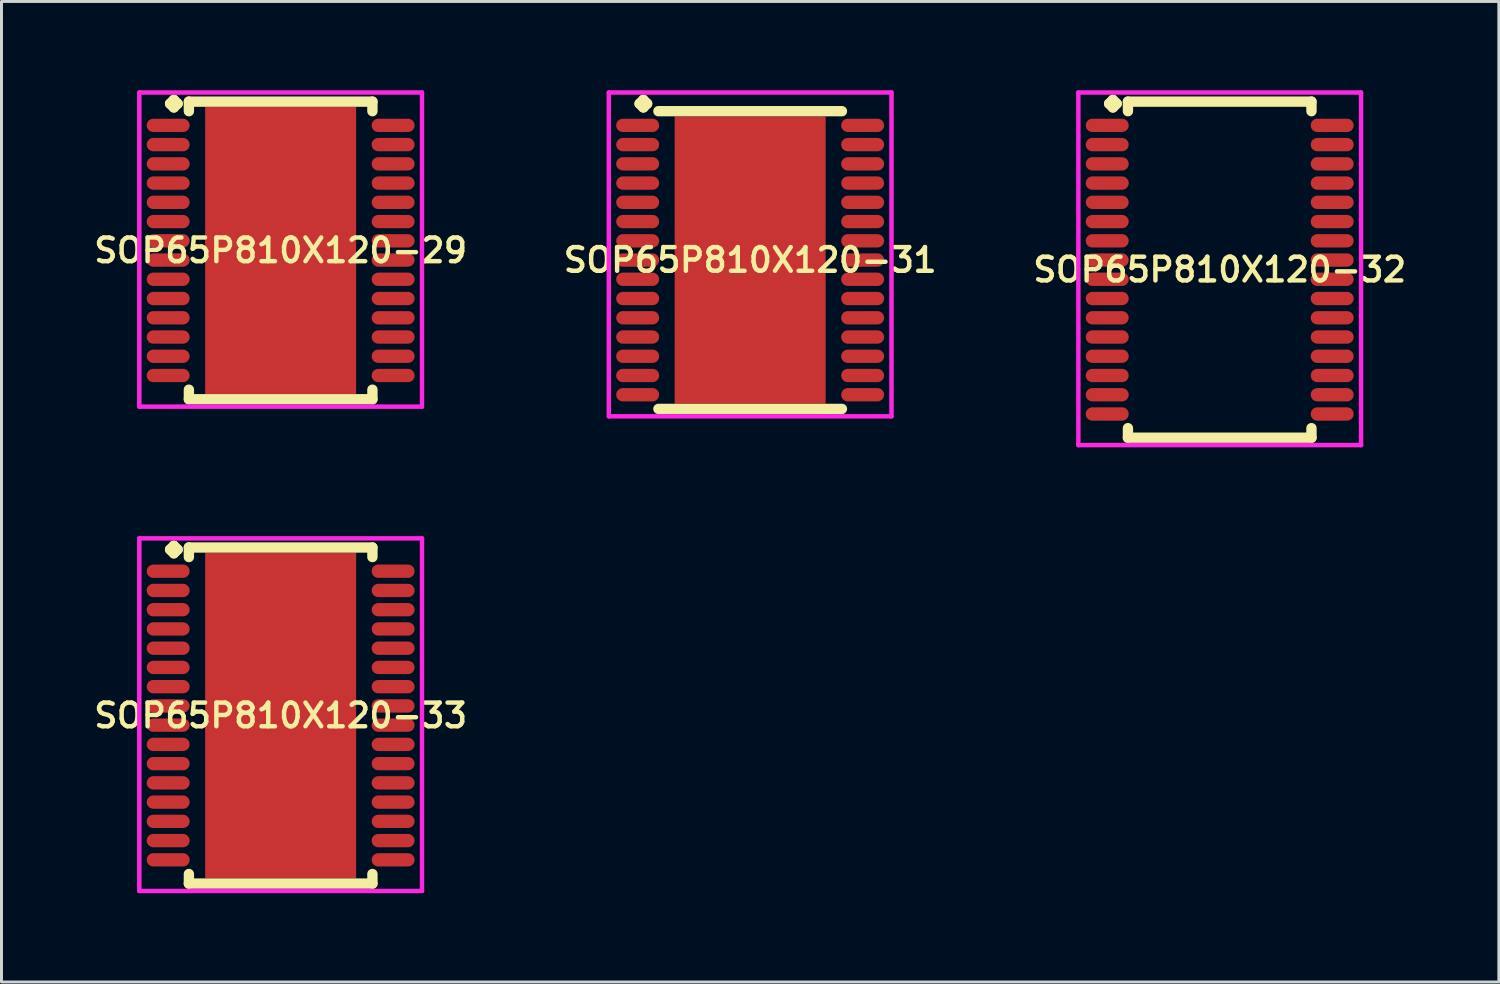
<source format=kicad_pcb>
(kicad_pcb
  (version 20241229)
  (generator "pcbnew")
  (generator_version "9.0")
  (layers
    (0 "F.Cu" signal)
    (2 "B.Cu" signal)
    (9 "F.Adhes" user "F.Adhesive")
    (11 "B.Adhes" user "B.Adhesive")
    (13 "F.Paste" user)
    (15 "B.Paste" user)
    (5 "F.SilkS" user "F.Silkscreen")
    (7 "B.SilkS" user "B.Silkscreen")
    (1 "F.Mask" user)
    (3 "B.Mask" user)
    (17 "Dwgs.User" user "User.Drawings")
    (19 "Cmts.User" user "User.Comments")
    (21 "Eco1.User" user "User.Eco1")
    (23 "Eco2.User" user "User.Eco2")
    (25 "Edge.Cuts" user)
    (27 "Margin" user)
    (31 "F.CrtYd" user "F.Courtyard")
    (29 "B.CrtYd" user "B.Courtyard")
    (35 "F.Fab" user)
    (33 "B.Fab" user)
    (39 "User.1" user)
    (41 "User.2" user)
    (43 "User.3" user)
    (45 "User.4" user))
  (footprint "SOP65P810X120-29"
    (layer "F.Cu")
    (at 6.431 5.41)
    (property "Reference" "SOP65P810X120-29" (at 0 0 0) (layer "F.SilkS") (effects (font (size 0.8 0.8) (thickness 0.15))))
    (attr smd)
    (fp_line (start -3.735 -4.958) (end -3.608 -5.085) (stroke (width 0.35) (type solid)) (layer "F.SilkS"))
    (fp_line (start -3.608 -5.085) (end -3.481 -4.958) (stroke (width 0.35) (type solid)) (layer "F.SilkS"))
    (fp_line (start -3.608 -4.831) (end -3.735 -4.958) (stroke (width 0.35) (type solid)) (layer "F.SilkS"))
    (fp_line (start -3.481 -4.958) (end -3.608 -4.831) (stroke (width 0.35) (type solid)) (layer "F.SilkS"))
    (fp_line (start -3.1 -5.027) (end 3.1 -5.027) (stroke (width 0.35) (type solid)) (layer "F.SilkS"))
    (fp_line (start -3.1 -4.704) (end -3.1 -5.027) (stroke (width 0.35) (type solid)) (layer "F.SilkS"))
    (fp_line (start -3.1 4.704) (end -3.1 5.027) (stroke (width 0.35) (type solid)) (layer "F.SilkS"))
    (fp_line (start -3.1 5.027) (end 3.1 5.027) (stroke (width 0.35) (type solid)) (layer "F.SilkS"))
    (fp_line (start 3.1 -5.027) (end 3.1 -4.704) (stroke (width 0.35) (type solid)) (layer "F.SilkS"))
    (fp_line (start 3.1 5.027) (end 3.1 4.704) (stroke (width 0.35) (type solid)) (layer "F.SilkS"))
    (fp_line (start -4.775 -5.335) (end 4.775 -5.335) (stroke (width 0.15) (type solid)) (layer "F.CrtYd"))
    (fp_line (start -4.775 5.277) (end -4.775 -5.335) (stroke (width 0.15) (type solid)) (layer "F.CrtYd"))
    (fp_line (start 4.775 -5.335) (end 4.775 5.277) (stroke (width 0.15) (type solid)) (layer "F.CrtYd"))
    (fp_line (start 4.775 5.277) (end -4.775 5.277) (stroke (width 0.15) (type solid)) (layer "F.CrtYd"))
    (pad "1" smd oval (at -3.8 -4.225) (size 1.45 0.45) (layers "F.Cu" "F.Mask" "F.Paste"))
    (pad "2" smd oval (at -3.8 -3.575) (size 1.45 0.45) (layers "F.Cu" "F.Mask" "F.Paste"))
    (pad "3" smd oval (at -3.8 -2.925) (size 1.45 0.45) (layers "F.Cu" "F.Mask" "F.Paste"))
    (pad "4" smd oval (at -3.8 -2.275) (size 1.45 0.45) (layers "F.Cu" "F.Mask" "F.Paste"))
    (pad "5" smd oval (at -3.8 -1.625) (size 1.45 0.45) (layers "F.Cu" "F.Mask" "F.Paste"))
    (pad "6" smd oval (at -3.8 -0.975) (size 1.45 0.45) (layers "F.Cu" "F.Mask" "F.Paste"))
    (pad "7" smd oval (at -3.8 -0.325) (size 1.45 0.45) (layers "F.Cu" "F.Mask" "F.Paste"))
    (pad "8" smd oval (at -3.8 0.325) (size 1.45 0.45) (layers "F.Cu" "F.Mask" "F.Paste"))
    (pad "9" smd oval (at -3.8 0.975) (size 1.45 0.45) (layers "F.Cu" "F.Mask" "F.Paste"))
    (pad "10" smd oval (at -3.8 1.625) (size 1.45 0.45) (layers "F.Cu" "F.Mask" "F.Paste"))
    (pad "11" smd oval (at -3.8 2.275) (size 1.45 0.45) (layers "F.Cu" "F.Mask" "F.Paste"))
    (pad "12" smd oval (at -3.8 2.925) (size 1.45 0.45) (layers "F.Cu" "F.Mask" "F.Paste"))
    (pad "13" smd oval (at -3.8 3.575) (size 1.45 0.45) (layers "F.Cu" "F.Mask" "F.Paste"))
    (pad "14" smd oval (at -3.8 4.225) (size 1.45 0.45) (layers "F.Cu" "F.Mask" "F.Paste"))
    (pad "15" smd oval (at 3.8 4.225) (size 1.45 0.45) (layers "F.Cu" "F.Mask" "F.Paste"))
    (pad "16" smd oval (at 3.8 3.575) (size 1.45 0.45) (layers "F.Cu" "F.Mask" "F.Paste"))
    (pad "17" smd oval (at 3.8 2.925) (size 1.45 0.45) (layers "F.Cu" "F.Mask" "F.Paste"))
    (pad "18" smd oval (at 3.8 2.275) (size 1.45 0.45) (layers "F.Cu" "F.Mask" "F.Paste"))
    (pad "19" smd oval (at 3.8 1.625) (size 1.45 0.45) (layers "F.Cu" "F.Mask" "F.Paste"))
    (pad "20" smd oval (at 3.8 0.975) (size 1.45 0.45) (layers "F.Cu" "F.Mask" "F.Paste"))
    (pad "21" smd oval (at 3.8 0.325) (size 1.45 0.45) (layers "F.Cu" "F.Mask" "F.Paste"))
    (pad "22" smd oval (at 3.8 -0.325) (size 1.45 0.45) (layers "F.Cu" "F.Mask" "F.Paste"))
    (pad "23" smd oval (at 3.8 -0.975) (size 1.45 0.45) (layers "F.Cu" "F.Mask" "F.Paste"))
    (pad "24" smd oval (at 3.8 -1.625) (size 1.45 0.45) (layers "F.Cu" "F.Mask" "F.Paste"))
    (pad "25" smd oval (at 3.8 -2.275) (size 1.45 0.45) (layers "F.Cu" "F.Mask" "F.Paste"))
    (pad "26" smd oval (at 3.8 -2.925) (size 1.45 0.45) (layers "F.Cu" "F.Mask" "F.Paste"))
    (pad "27" smd oval (at 3.8 -3.575) (size 1.45 0.45) (layers "F.Cu" "F.Mask" "F.Paste"))
    (pad "28" smd oval (at 3.8 -4.225) (size 1.45 0.45) (layers "F.Cu" "F.Mask" "F.Paste"))
    (pad "29" smd rect (at 0 0) (size 5.1 9.7) (layers "F.Cu" "F.Mask" "F.Paste")))
  (footprint "SOP65P810X120-32"
    (layer "F.Cu")
    (at 38.154 6.06)
    (property "Reference" "SOP65P810X120-32" (at 0 0 0) (layer "F.SilkS") (effects (font (size 0.8 0.8) (thickness 0.15))))
    (attr smd)
    (fp_line (start -3.735 -5.608) (end -3.608 -5.735) (stroke (width 0.35) (type solid)) (layer "F.SilkS"))
    (fp_line (start -3.608 -5.735) (end -3.481 -5.608) (stroke (width 0.35) (type solid)) (layer "F.SilkS"))
    (fp_line (start -3.608 -5.481) (end -3.735 -5.608) (stroke (width 0.35) (type solid)) (layer "F.SilkS"))
    (fp_line (start -3.481 -5.608) (end -3.608 -5.481) (stroke (width 0.35) (type solid)) (layer "F.SilkS"))
    (fp_line (start -3.1 -5.677) (end 3.1 -5.677) (stroke (width 0.35) (type solid)) (layer "F.SilkS"))
    (fp_line (start -3.1 -5.354) (end -3.1 -5.677) (stroke (width 0.35) (type solid)) (layer "F.SilkS"))
    (fp_line (start -3.1 5.354) (end -3.1 5.677) (stroke (width 0.35) (type solid)) (layer "F.SilkS"))
    (fp_line (start -3.1 5.677) (end 3.1 5.677) (stroke (width 0.35) (type solid)) (layer "F.SilkS"))
    (fp_line (start 3.1 -5.677) (end 3.1 -5.354) (stroke (width 0.35) (type solid)) (layer "F.SilkS"))
    (fp_line (start 3.1 5.677) (end 3.1 5.354) (stroke (width 0.35) (type solid)) (layer "F.SilkS"))
    (fp_line (start -4.775 -5.985) (end 4.775 -5.985) (stroke (width 0.15) (type solid)) (layer "F.CrtYd"))
    (fp_line (start -4.775 5.927) (end -4.775 -5.985) (stroke (width 0.15) (type solid)) (layer "F.CrtYd"))
    (fp_line (start 4.775 -5.985) (end 4.775 5.927) (stroke (width 0.15) (type solid)) (layer "F.CrtYd"))
    (fp_line (start 4.775 5.927) (end -4.775 5.927) (stroke (width 0.15) (type solid)) (layer "F.CrtYd"))
    (pad "1" smd oval (at -3.8 -4.875) (size 1.45 0.45) (layers "F.Cu" "F.Mask" "F.Paste"))
    (pad "2" smd oval (at -3.8 -4.225) (size 1.45 0.45) (layers "F.Cu" "F.Mask" "F.Paste"))
    (pad "3" smd oval (at -3.8 -3.575) (size 1.45 0.45) (layers "F.Cu" "F.Mask" "F.Paste"))
    (pad "4" smd oval (at -3.8 -2.925) (size 1.45 0.45) (layers "F.Cu" "F.Mask" "F.Paste"))
    (pad "5" smd oval (at -3.8 -2.275) (size 1.45 0.45) (layers "F.Cu" "F.Mask" "F.Paste"))
    (pad "6" smd oval (at -3.8 -1.625) (size 1.45 0.45) (layers "F.Cu" "F.Mask" "F.Paste"))
    (pad "7" smd oval (at -3.8 -0.975) (size 1.45 0.45) (layers "F.Cu" "F.Mask" "F.Paste"))
    (pad "8" smd oval (at -3.8 -0.325) (size 1.45 0.45) (layers "F.Cu" "F.Mask" "F.Paste"))
    (pad "9" smd oval (at -3.8 0.325) (size 1.45 0.45) (layers "F.Cu" "F.Mask" "F.Paste"))
    (pad "10" smd oval (at -3.8 0.975) (size 1.45 0.45) (layers "F.Cu" "F.Mask" "F.Paste"))
    (pad "11" smd oval (at -3.8 1.625) (size 1.45 0.45) (layers "F.Cu" "F.Mask" "F.Paste"))
    (pad "12" smd oval (at -3.8 2.275) (size 1.45 0.45) (layers "F.Cu" "F.Mask" "F.Paste"))
    (pad "13" smd oval (at -3.8 2.925) (size 1.45 0.45) (layers "F.Cu" "F.Mask" "F.Paste"))
    (pad "14" smd oval (at -3.8 3.575) (size 1.45 0.45) (layers "F.Cu" "F.Mask" "F.Paste"))
    (pad "15" smd oval (at -3.8 4.225) (size 1.45 0.45) (layers "F.Cu" "F.Mask" "F.Paste"))
    (pad "16" smd oval (at -3.8 4.875) (size 1.45 0.45) (layers "F.Cu" "F.Mask" "F.Paste"))
    (pad "17" smd oval (at 3.8 4.875) (size 1.45 0.45) (layers "F.Cu" "F.Mask" "F.Paste"))
    (pad "18" smd oval (at 3.8 4.225) (size 1.45 0.45) (layers "F.Cu" "F.Mask" "F.Paste"))
    (pad "19" smd oval (at 3.8 3.575) (size 1.45 0.45) (layers "F.Cu" "F.Mask" "F.Paste"))
    (pad "20" smd oval (at 3.8 2.925) (size 1.45 0.45) (layers "F.Cu" "F.Mask" "F.Paste"))
    (pad "21" smd oval (at 3.8 2.275) (size 1.45 0.45) (layers "F.Cu" "F.Mask" "F.Paste"))
    (pad "22" smd oval (at 3.8 1.625) (size 1.45 0.45) (layers "F.Cu" "F.Mask" "F.Paste"))
    (pad "23" smd oval (at 3.8 0.975) (size 1.45 0.45) (layers "F.Cu" "F.Mask" "F.Paste"))
    (pad "24" smd oval (at 3.8 0.325) (size 1.45 0.45) (layers "F.Cu" "F.Mask" "F.Paste"))
    (pad "25" smd oval (at 3.8 -0.325) (size 1.45 0.45) (layers "F.Cu" "F.Mask" "F.Paste"))
    (pad "26" smd oval (at 3.8 -0.975) (size 1.45 0.45) (layers "F.Cu" "F.Mask" "F.Paste"))
    (pad "27" smd oval (at 3.8 -1.625) (size 1.45 0.45) (layers "F.Cu" "F.Mask" "F.Paste"))
    (pad "28" smd oval (at 3.8 -2.275) (size 1.45 0.45) (layers "F.Cu" "F.Mask" "F.Paste"))
    (pad "29" smd oval (at 3.8 -2.925) (size 1.45 0.45) (layers "F.Cu" "F.Mask" "F.Paste"))
    (pad "30" smd oval (at 3.8 -3.575) (size 1.45 0.45) (layers "F.Cu" "F.Mask" "F.Paste"))
    (pad "31" smd oval (at 3.8 -4.225) (size 1.45 0.45) (layers "F.Cu" "F.Mask" "F.Paste"))
    (pad "32" smd oval (at 3.8 -4.875) (size 1.45 0.45) (layers "F.Cu" "F.Mask" "F.Paste")))
  (footprint "SOP65P810X120-33"
    (layer "F.Cu")
    (at 6.431 21.122)
    (property "Reference" "SOP65P810X120-33" (at 0 0 0) (layer "F.SilkS") (effects (font (size 0.8 0.8) (thickness 0.15))))
    (attr smd)
    (fp_line (start -3.735 -5.608) (end -3.608 -5.735) (stroke (width 0.35) (type solid)) (layer "F.SilkS"))
    (fp_line (start -3.608 -5.735) (end -3.481 -5.608) (stroke (width 0.35) (type solid)) (layer "F.SilkS"))
    (fp_line (start -3.608 -5.481) (end -3.735 -5.608) (stroke (width 0.35) (type solid)) (layer "F.SilkS"))
    (fp_line (start -3.481 -5.608) (end -3.608 -5.481) (stroke (width 0.35) (type solid)) (layer "F.SilkS"))
    (fp_line (start -3.1 -5.677) (end 3.1 -5.677) (stroke (width 0.35) (type solid)) (layer "F.SilkS"))
    (fp_line (start -3.1 -5.354) (end -3.1 -5.677) (stroke (width 0.35) (type solid)) (layer "F.SilkS"))
    (fp_line (start -3.1 5.354) (end -3.1 5.677) (stroke (width 0.35) (type solid)) (layer "F.SilkS"))
    (fp_line (start -3.1 5.677) (end 3.1 5.677) (stroke (width 0.35) (type solid)) (layer "F.SilkS"))
    (fp_line (start 3.1 -5.677) (end 3.1 -5.354) (stroke (width 0.35) (type solid)) (layer "F.SilkS"))
    (fp_line (start 3.1 5.677) (end 3.1 5.354) (stroke (width 0.35) (type solid)) (layer "F.SilkS"))
    (fp_line (start -4.775 -5.985) (end 4.775 -5.985) (stroke (width 0.15) (type solid)) (layer "F.CrtYd"))
    (fp_line (start -4.775 5.927) (end -4.775 -5.985) (stroke (width 0.15) (type solid)) (layer "F.CrtYd"))
    (fp_line (start 4.775 -5.985) (end 4.775 5.927) (stroke (width 0.15) (type solid)) (layer "F.CrtYd"))
    (fp_line (start 4.775 5.927) (end -4.775 5.927) (stroke (width 0.15) (type solid)) (layer "F.CrtYd"))
    (pad "1" smd oval (at -3.8 -4.875) (size 1.45 0.45) (layers "F.Cu" "F.Mask" "F.Paste"))
    (pad "2" smd oval (at -3.8 -4.225) (size 1.45 0.45) (layers "F.Cu" "F.Mask" "F.Paste"))
    (pad "3" smd oval (at -3.8 -3.575) (size 1.45 0.45) (layers "F.Cu" "F.Mask" "F.Paste"))
    (pad "4" smd oval (at -3.8 -2.925) (size 1.45 0.45) (layers "F.Cu" "F.Mask" "F.Paste"))
    (pad "5" smd oval (at -3.8 -2.275) (size 1.45 0.45) (layers "F.Cu" "F.Mask" "F.Paste"))
    (pad "6" smd oval (at -3.8 -1.625) (size 1.45 0.45) (layers "F.Cu" "F.Mask" "F.Paste"))
    (pad "7" smd oval (at -3.8 -0.975) (size 1.45 0.45) (layers "F.Cu" "F.Mask" "F.Paste"))
    (pad "8" smd oval (at -3.8 -0.325) (size 1.45 0.45) (layers "F.Cu" "F.Mask" "F.Paste"))
    (pad "9" smd oval (at -3.8 0.325) (size 1.45 0.45) (layers "F.Cu" "F.Mask" "F.Paste"))
    (pad "10" smd oval (at -3.8 0.975) (size 1.45 0.45) (layers "F.Cu" "F.Mask" "F.Paste"))
    (pad "11" smd oval (at -3.8 1.625) (size 1.45 0.45) (layers "F.Cu" "F.Mask" "F.Paste"))
    (pad "12" smd oval (at -3.8 2.275) (size 1.45 0.45) (layers "F.Cu" "F.Mask" "F.Paste"))
    (pad "13" smd oval (at -3.8 2.925) (size 1.45 0.45) (layers "F.Cu" "F.Mask" "F.Paste"))
    (pad "14" smd oval (at -3.8 3.575) (size 1.45 0.45) (layers "F.Cu" "F.Mask" "F.Paste"))
    (pad "15" smd oval (at -3.8 4.225) (size 1.45 0.45) (layers "F.Cu" "F.Mask" "F.Paste"))
    (pad "16" smd oval (at -3.8 4.875) (size 1.45 0.45) (layers "F.Cu" "F.Mask" "F.Paste"))
    (pad "17" smd oval (at 3.8 4.875) (size 1.45 0.45) (layers "F.Cu" "F.Mask" "F.Paste"))
    (pad "18" smd oval (at 3.8 4.225) (size 1.45 0.45) (layers "F.Cu" "F.Mask" "F.Paste"))
    (pad "19" smd oval (at 3.8 3.575) (size 1.45 0.45) (layers "F.Cu" "F.Mask" "F.Paste"))
    (pad "20" smd oval (at 3.8 2.925) (size 1.45 0.45) (layers "F.Cu" "F.Mask" "F.Paste"))
    (pad "21" smd oval (at 3.8 2.275) (size 1.45 0.45) (layers "F.Cu" "F.Mask" "F.Paste"))
    (pad "22" smd oval (at 3.8 1.625) (size 1.45 0.45) (layers "F.Cu" "F.Mask" "F.Paste"))
    (pad "23" smd oval (at 3.8 0.975) (size 1.45 0.45) (layers "F.Cu" "F.Mask" "F.Paste"))
    (pad "24" smd oval (at 3.8 0.325) (size 1.45 0.45) (layers "F.Cu" "F.Mask" "F.Paste"))
    (pad "25" smd oval (at 3.8 -0.325) (size 1.45 0.45) (layers "F.Cu" "F.Mask" "F.Paste"))
    (pad "26" smd oval (at 3.8 -0.975) (size 1.45 0.45) (layers "F.Cu" "F.Mask" "F.Paste"))
    (pad "27" smd oval (at 3.8 -1.625) (size 1.45 0.45) (layers "F.Cu" "F.Mask" "F.Paste"))
    (pad "28" smd oval (at 3.8 -2.275) (size 1.45 0.45) (layers "F.Cu" "F.Mask" "F.Paste"))
    (pad "29" smd oval (at 3.8 -2.925) (size 1.45 0.45) (layers "F.Cu" "F.Mask" "F.Paste"))
    (pad "30" smd oval (at 3.8 -3.575) (size 1.45 0.45) (layers "F.Cu" "F.Mask" "F.Paste"))
    (pad "31" smd oval (at 3.8 -4.225) (size 1.45 0.45) (layers "F.Cu" "F.Mask" "F.Paste"))
    (pad "32" smd oval (at 3.8 -4.875) (size 1.45 0.45) (layers "F.Cu" "F.Mask" "F.Paste"))
    (pad "33" smd rect (at 0 0) (size 5.1 11) (layers "F.Cu" "F.Mask" "F.Paste")))
  (footprint "SOP65P810X120-31"
    (layer "F.Cu")
    (at 22.292 5.735)
    (property "Reference" "SOP65P810X120-31" (at 0 0 0) (layer "F.SilkS") (effects (font (size 0.8 0.8) (thickness 0.15))))
    (attr smd)
    (fp_line (start -3.735 -5.283) (end -3.608 -5.41) (stroke (width 0.35) (type solid)) (layer "F.SilkS"))
    (fp_line (start -3.608 -5.41) (end -3.481 -5.283) (stroke (width 0.35) (type solid)) (layer "F.SilkS"))
    (fp_line (start -3.608 -5.156) (end -3.735 -5.283) (stroke (width 0.35) (type solid)) (layer "F.SilkS"))
    (fp_line (start -3.481 -5.283) (end -3.608 -5.156) (stroke (width 0.35) (type solid)) (layer "F.SilkS"))
    (fp_line (start -3.1 -5.029) (end 3.1 -5.029) (stroke (width 0.35) (type solid)) (layer "F.SilkS"))
    (fp_line (start -3.1 5.029) (end 3.1 5.029) (stroke (width 0.35) (type solid)) (layer "F.SilkS"))
    (fp_line (start -4.775 -5.66) (end 4.775 -5.66) (stroke (width 0.15) (type solid)) (layer "F.CrtYd"))
    (fp_line (start -4.775 5.279) (end -4.775 -5.66) (stroke (width 0.15) (type solid)) (layer "F.CrtYd"))
    (fp_line (start 4.775 -5.66) (end 4.775 5.279) (stroke (width 0.15) (type solid)) (layer "F.CrtYd"))
    (fp_line (start 4.775 5.279) (end -4.775 5.279) (stroke (width 0.15) (type solid)) (layer "F.CrtYd"))
    (pad "1" smd oval (at -3.8 -4.55) (size 1.45 0.45) (layers "F.Cu" "F.Mask" "F.Paste"))
    (pad "2" smd oval (at -3.8 -3.9) (size 1.45 0.45) (layers "F.Cu" "F.Mask" "F.Paste"))
    (pad "3" smd oval (at -3.8 -3.25) (size 1.45 0.45) (layers "F.Cu" "F.Mask" "F.Paste"))
    (pad "4" smd oval (at -3.8 -2.6) (size 1.45 0.45) (layers "F.Cu" "F.Mask" "F.Paste"))
    (pad "5" smd oval (at -3.8 -1.95) (size 1.45 0.45) (layers "F.Cu" "F.Mask" "F.Paste"))
    (pad "6" smd oval (at -3.8 -1.3) (size 1.45 0.45) (layers "F.Cu" "F.Mask" "F.Paste"))
    (pad "7" smd oval (at -3.8 -0.65) (size 1.45 0.45) (layers "F.Cu" "F.Mask" "F.Paste"))
    (pad "8" smd oval (at -3.8 0) (size 1.45 0.45) (layers "F.Cu" "F.Mask" "F.Paste"))
    (pad "9" smd oval (at -3.8 0.65) (size 1.45 0.45) (layers "F.Cu" "F.Mask" "F.Paste"))
    (pad "10" smd oval (at -3.8 1.3) (size 1.45 0.45) (layers "F.Cu" "F.Mask" "F.Paste"))
    (pad "11" smd oval (at -3.8 1.95) (size 1.45 0.45) (layers "F.Cu" "F.Mask" "F.Paste"))
    (pad "12" smd oval (at -3.8 2.6) (size 1.45 0.45) (layers "F.Cu" "F.Mask" "F.Paste"))
    (pad "13" smd oval (at -3.8 3.25) (size 1.45 0.45) (layers "F.Cu" "F.Mask" "F.Paste"))
    (pad "14" smd oval (at -3.8 3.9) (size 1.45 0.45) (layers "F.Cu" "F.Mask" "F.Paste"))
    (pad "15" smd oval (at -3.8 4.55) (size 1.45 0.45) (layers "F.Cu" "F.Mask" "F.Paste"))
    (pad "16" smd oval (at 3.8 4.55) (size 1.45 0.45) (layers "F.Cu" "F.Mask" "F.Paste"))
    (pad "17" smd oval (at 3.8 3.9) (size 1.45 0.45) (layers "F.Cu" "F.Mask" "F.Paste"))
    (pad "18" smd oval (at 3.8 3.25) (size 1.45 0.45) (layers "F.Cu" "F.Mask" "F.Paste"))
    (pad "19" smd oval (at 3.8 2.6) (size 1.45 0.45) (layers "F.Cu" "F.Mask" "F.Paste"))
    (pad "20" smd oval (at 3.8 1.95) (size 1.45 0.45) (layers "F.Cu" "F.Mask" "F.Paste"))
    (pad "21" smd oval (at 3.8 1.3) (size 1.45 0.45) (layers "F.Cu" "F.Mask" "F.Paste"))
    (pad "22" smd oval (at 3.8 0.65) (size 1.45 0.45) (layers "F.Cu" "F.Mask" "F.Paste"))
    (pad "23" smd oval (at 3.8 0) (size 1.45 0.45) (layers "F.Cu" "F.Mask" "F.Paste"))
    (pad "24" smd oval (at 3.8 -0.65) (size 1.45 0.45) (layers "F.Cu" "F.Mask" "F.Paste"))
    (pad "25" smd oval (at 3.8 -1.3) (size 1.45 0.45) (layers "F.Cu" "F.Mask" "F.Paste"))
    (pad "26" smd oval (at 3.8 -1.95) (size 1.45 0.45) (layers "F.Cu" "F.Mask" "F.Paste"))
    (pad "27" smd oval (at 3.8 -2.6) (size 1.45 0.45) (layers "F.Cu" "F.Mask" "F.Paste"))
    (pad "28" smd oval (at 3.8 -3.25) (size 1.45 0.45) (layers "F.Cu" "F.Mask" "F.Paste"))
    (pad "29" smd oval (at 3.8 -3.9) (size 1.45 0.45) (layers "F.Cu" "F.Mask" "F.Paste"))
    (pad "30" smd oval (at 3.8 -4.55) (size 1.45 0.45) (layers "F.Cu" "F.Mask" "F.Paste"))
    (pad "31" smd rect (at 0 0) (size 5.1 9.7) (layers "F.Cu" "F.Mask" "F.Paste")))
  (gr_rect
    (start -3 -3)
    (end 47.584 30.124)
    (stroke (width 0.1) (type default))
    (fill no)
    (layer "Edge.Cuts")))
</source>
